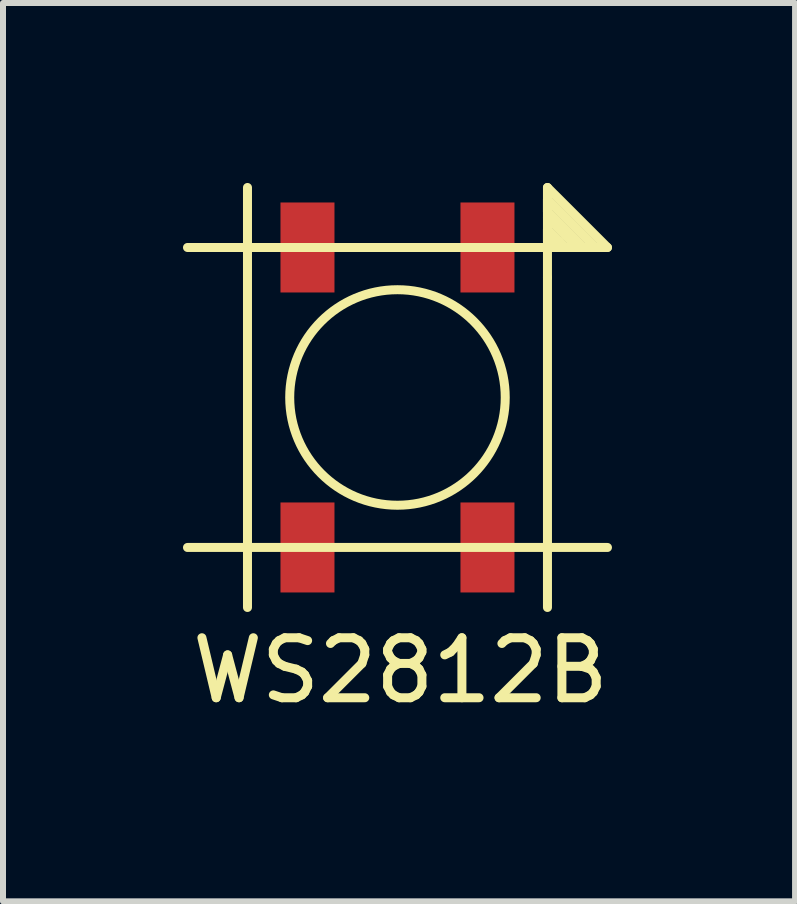
<source format=kicad_pcb>
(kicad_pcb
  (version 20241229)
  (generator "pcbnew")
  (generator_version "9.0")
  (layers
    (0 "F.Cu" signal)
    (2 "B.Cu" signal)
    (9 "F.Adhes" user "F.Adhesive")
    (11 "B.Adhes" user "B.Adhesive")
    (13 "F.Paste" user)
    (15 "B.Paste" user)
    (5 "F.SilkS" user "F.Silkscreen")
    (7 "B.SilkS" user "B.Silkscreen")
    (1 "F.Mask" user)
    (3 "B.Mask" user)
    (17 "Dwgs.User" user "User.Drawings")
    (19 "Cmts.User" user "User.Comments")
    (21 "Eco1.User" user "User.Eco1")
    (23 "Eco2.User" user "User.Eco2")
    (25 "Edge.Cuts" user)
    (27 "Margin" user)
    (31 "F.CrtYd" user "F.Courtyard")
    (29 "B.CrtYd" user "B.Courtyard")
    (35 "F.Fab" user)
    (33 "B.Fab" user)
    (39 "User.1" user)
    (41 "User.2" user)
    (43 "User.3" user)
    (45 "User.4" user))
  (footprint "WS2812B"
    (layer "F.Cu")
    (at 3.625 3.525)
    (property "Reference" "WS2812B" (at 0 4.6 0) (layer "F.SilkS") (effects (font (size 1 1) (thickness 0.15))))
    (attr smd)
    (fp_line (start -3.55 -2.45) (end -2.55 -2.45) (stroke (width 0.15) (type solid)) (layer "F.SilkS"))
    (fp_line (start -3.55 2.55) (end -2.55 2.55) (stroke (width 0.15) (type solid)) (layer "F.SilkS"))
    (fp_line (start -2.55 -2.45) (end -2.55 -3.45) (stroke (width 0.15) (type solid)) (layer "F.SilkS"))
    (fp_line (start -2.55 2.55) (end -2.55 -2.45) (stroke (width 0.15) (type solid)) (layer "F.SilkS"))
    (fp_line (start -2.55 2.55) (end -2.55 3.55) (stroke (width 0.15) (type solid)) (layer "F.SilkS"))
    (fp_line (start 1.95 -2.45) (end -2.55 -2.45) (stroke (width 0.15) (type solid)) (layer "F.SilkS"))
    (fp_line (start 2.45 -3.25) (end 2.45 -3.05) (stroke (width 0.15) (type solid)) (layer "F.SilkS"))
    (fp_line (start 2.45 -3.05) (end 3.05 -2.45) (stroke (width 0.15) (type solid)) (layer "F.SilkS"))
    (fp_line (start 2.45 -2.75) (end 2.45 -2.55) (stroke (width 0.15) (type solid)) (layer "F.SilkS"))
    (fp_line (start 2.45 -2.55) (end 2.65 -2.55) (stroke (width 0.15) (type solid)) (layer "F.SilkS"))
    (fp_line (start 2.45 -2.45) (end 1.95 -2.45) (stroke (width 0.15) (type solid)) (layer "F.SilkS"))
    (fp_line (start 2.45 -2.45) (end 2.45 -3.45) (stroke (width 0.15) (type solid)) (layer "F.SilkS"))
    (fp_line (start 2.45 -1.95) (end 2.45 -2.45) (stroke (width 0.15) (type solid)) (layer "F.SilkS"))
    (fp_line (start 2.45 2.55) (end -2.55 2.55) (stroke (width 0.15) (type solid)) (layer "F.SilkS"))
    (fp_line (start 2.45 2.55) (end 2.45 -1.95) (stroke (width 0.15) (type solid)) (layer "F.SilkS"))
    (fp_line (start 2.45 2.55) (end 3.45 2.55) (stroke (width 0.15) (type solid)) (layer "F.SilkS"))
    (fp_line (start 2.45 3.55) (end 2.45 2.55) (stroke (width 0.15) (type solid)) (layer "F.SilkS"))
    (fp_line (start 2.75 -2.45) (end 2.45 -2.75) (stroke (width 0.15) (type solid)) (layer "F.SilkS"))
    (fp_line (start 2.95 -2.45) (end 2.45 -2.95) (stroke (width 0.15) (type solid)) (layer "F.SilkS"))
    (fp_line (start 3.05 -2.45) (end 2.75 -2.45) (stroke (width 0.15) (type solid)) (layer "F.SilkS"))
    (fp_line (start 3.25 -2.45) (end 2.45 -3.25) (stroke (width 0.15) (type solid)) (layer "F.SilkS"))
    (fp_line (start 3.45 -2.45) (end 2.45 -3.45) (stroke (width 0.15) (type solid)) (layer "F.SilkS"))
    (fp_line (start 3.45 -2.45) (end 2.45 -2.45) (stroke (width 0.15) (type solid)) (layer "F.SilkS"))
    (fp_circle (center -0.05 0.05) (end 1.22 -1.22) (stroke (width 0.15) (type solid)) (fill no) (layer "F.SilkS"))
    (pad "1" smd rect (at -1.55 2.55 90) (size 1.5 0.9) (layers "F.Cu" "F.Mask" "F.Paste"))
    (pad "2" smd rect (at 1.45 2.55 90) (size 1.5 0.9) (layers "F.Cu" "F.Mask" "F.Paste"))
    (pad "3" smd rect (at 1.45 -2.45 90) (size 1.5 0.9) (layers "F.Cu" "F.Mask" "F.Paste"))
    (pad "4" smd rect (at -1.55 -2.45 90) (size 1.5 0.9) (layers "F.Cu" "F.Mask" "F.Paste")))
  (gr_rect
    (start -3 -3)
    (end 10.202 11.973)
    (stroke (width 0.1) (type default))
    (fill no)
    (layer "Edge.Cuts")))
</source>
